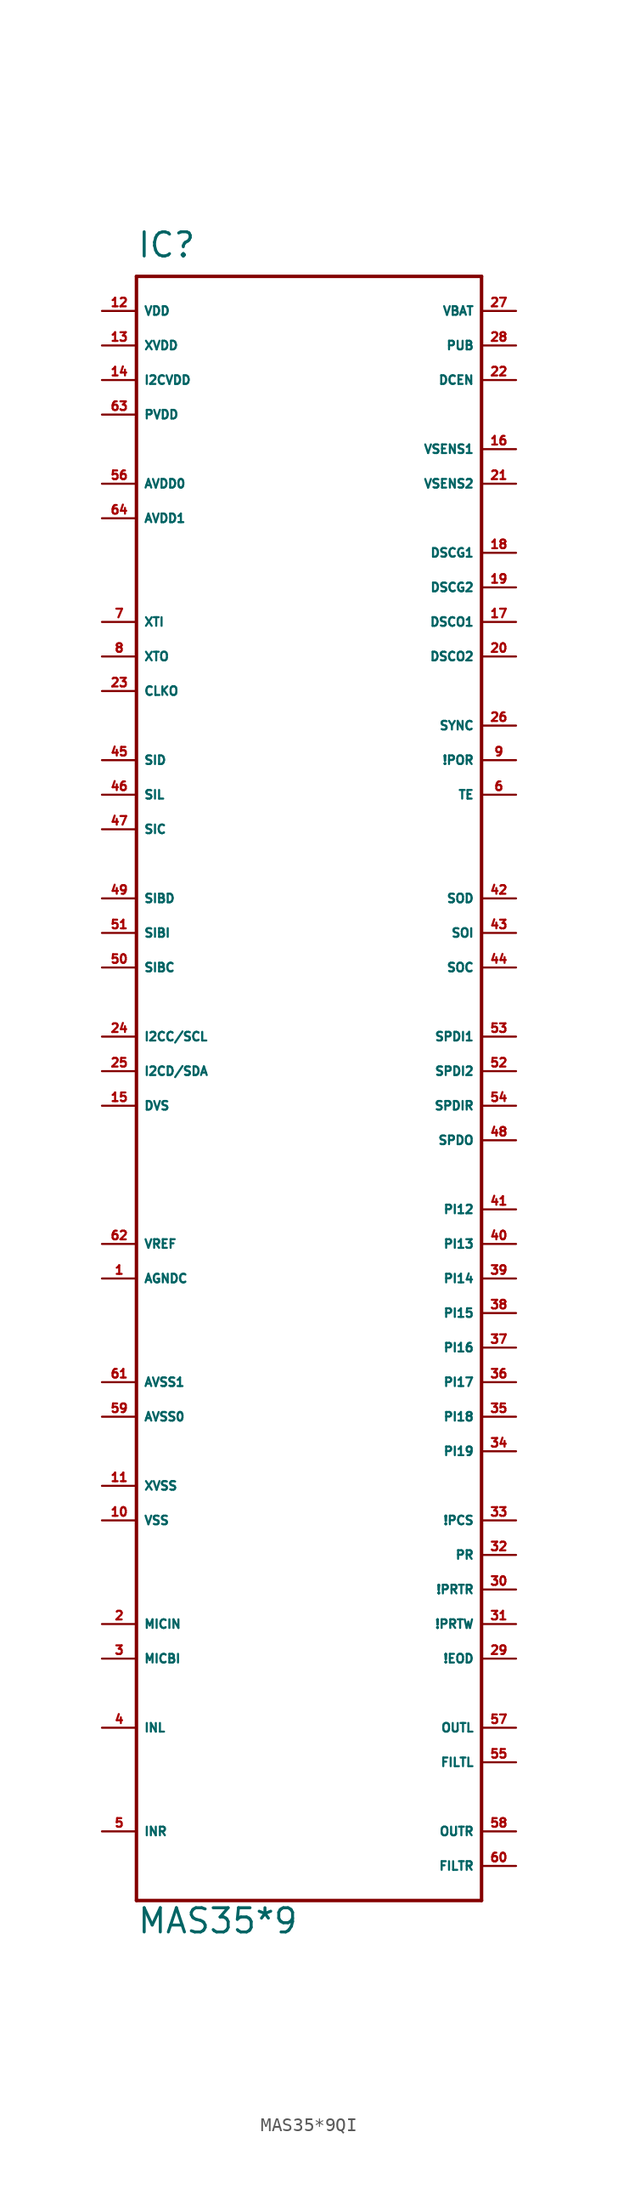
<source format=kicad_sym>
(kicad_symbol_lib
  (version 20220914)
  (generator Eagle2Kicad)
  (symbol "MAS35*9QI"
    (property "Reference" "IC"
      (at -12.7 59.69 0)
      (effects (font (size 1.778 1.778) (thickness 0.22)) (justify left bottom)))
    (property "Value" "MAS35*9"
      (at -12.7 -63.5 0)
      (effects (font (size 1.778 1.778) (thickness 0.22)) (justify left bottom)))
    (polyline
      (pts (xy -12.7 58.42) (xy 12.7 58.42))
      (stroke (width 0.254) (type default))
      (fill (type none)))
    (polyline
      (pts (xy 12.7 58.42) (xy 12.7 -60.96))
      (stroke (width 0.254) (type default))
      (fill (type none)))
    (polyline
      (pts (xy 12.7 -60.96) (xy -12.7 -60.96))
      (stroke (width 0.254) (type default))
      (fill (type none)))
    (polyline
      (pts (xy -12.7 -60.96) (xy -12.7 58.42))
      (stroke (width 0.254) (type default))
      (fill (type none)))
    (pin input line
      (at -15.24 -40.64 0)
      (length 2.54)
      (name "MICIN" (effects (font (size 0.635 0.635) (thickness 0.08)) (justify left bottom)))
      (number "2" (effects (font (size 0.635 0.635) (thickness 0.08)) (justify left bottom))))
    (pin input line
      (at -15.24 -48.26 0)
      (length 2.54)
      (name "INL" (effects (font (size 0.635 0.635) (thickness 0.08)) (justify left bottom)))
      (number "4" (effects (font (size 0.635 0.635) (thickness 0.08)) (justify left bottom))))
    (pin input line
      (at 15.24 2.54 180)
      (length 2.54)
      (name "SPDI1" (effects (font (size 0.635 0.635) (thickness 0.08)) (justify left bottom)))
      (number "53" (effects (font (size 0.635 0.635) (thickness 0.08)) (justify left bottom))))
    (pin input line
      (at 15.24 0 180)
      (length 2.54)
      (name "SPDI2" (effects (font (size 0.635 0.635) (thickness 0.08)) (justify left bottom)))
      (number "52" (effects (font (size 0.635 0.635) (thickness 0.08)) (justify left bottom))))
    (pin input line
      (at 15.24 55.88 180)
      (length 2.54)
      (name "VBAT" (effects (font (size 0.635 0.635) (thickness 0.08)) (justify left bottom)))
      (number "27" (effects (font (size 0.635 0.635) (thickness 0.08)) (justify left bottom))))
    (pin input line
      (at -15.24 33.02 0)
      (length 2.54)
      (name "XTI" (effects (font (size 0.635 0.635) (thickness 0.08)) (justify left bottom)))
      (number "7" (effects (font (size 0.635 0.635) (thickness 0.08)) (justify left bottom))))
    (pin output line
      (at -15.24 30.48 0)
      (length 2.54)
      (name "XTO" (effects (font (size 0.635 0.635) (thickness 0.08)) (justify left bottom)))
      (number "8" (effects (font (size 0.635 0.635) (thickness 0.08)) (justify left bottom))))
    (pin unspecified line
      (at -15.24 -15.24 0)
      (length 2.54)
      (name "AGNDC" (effects (font (size 0.635 0.635) (thickness 0.08)) (justify left bottom)))
      (number "1" (effects (font (size 0.635 0.635) (thickness 0.08)) (justify left bottom))))
    (pin input line
      (at -15.24 -43.18 0)
      (length 2.54)
      (name "MICBI" (effects (font (size 0.635 0.635) (thickness 0.08)) (justify left bottom)))
      (number "3" (effects (font (size 0.635 0.635) (thickness 0.08)) (justify left bottom))))
    (pin input line
      (at -15.24 -55.88 0)
      (length 2.54)
      (name "INR" (effects (font (size 0.635 0.635) (thickness 0.08)) (justify left bottom)))
      (number "5" (effects (font (size 0.635 0.635) (thickness 0.08)) (justify left bottom))))
    (pin input line
      (at 15.24 20.32 180)
      (length 2.54)
      (name "TE" (effects (font (size 0.635 0.635) (thickness 0.08)) (justify left bottom)))
      (number "6" (effects (font (size 0.635 0.635) (thickness 0.08)) (justify left bottom))))
    (pin input line
      (at 15.24 22.86 180)
      (length 2.54)
      (name "!POR" (effects (font (size 0.635 0.635) (thickness 0.08)) (justify left bottom)))
      (number "9" (effects (font (size 0.635 0.635) (thickness 0.08)) (justify left bottom))))
    (pin input line
      (at -15.24 -33.02 0)
      (length 2.54)
      (name "VSS" (effects (font (size 0.635 0.635) (thickness 0.08)) (justify left bottom)))
      (number "10" (effects (font (size 0.635 0.635) (thickness 0.08)) (justify left bottom))))
    (pin input line
      (at -15.24 -30.48 0)
      (length 2.54)
      (name "XVSS" (effects (font (size 0.635 0.635) (thickness 0.08)) (justify left bottom)))
      (number "11" (effects (font (size 0.635 0.635) (thickness 0.08)) (justify left bottom))))
    (pin input line
      (at -15.24 55.88 0)
      (length 2.54)
      (name "VDD" (effects (font (size 0.635 0.635) (thickness 0.08)) (justify left bottom)))
      (number "12" (effects (font (size 0.635 0.635) (thickness 0.08)) (justify left bottom))))
    (pin input line
      (at -15.24 53.34 0)
      (length 2.54)
      (name "XVDD" (effects (font (size 0.635 0.635) (thickness 0.08)) (justify left bottom)))
      (number "13" (effects (font (size 0.635 0.635) (thickness 0.08)) (justify left bottom))))
    (pin input line
      (at -15.24 50.8 0)
      (length 2.54)
      (name "I2CVDD" (effects (font (size 0.635 0.635) (thickness 0.08)) (justify left bottom)))
      (number "14" (effects (font (size 0.635 0.635) (thickness 0.08)) (justify left bottom))))
    (pin input line
      (at -15.24 -2.54 0)
      (length 2.54)
      (name "DVS" (effects (font (size 0.635 0.635) (thickness 0.08)) (justify left bottom)))
      (number "15" (effects (font (size 0.635 0.635) (thickness 0.08)) (justify left bottom))))
    (pin bidirectional line
      (at 15.24 45.72 180)
      (length 2.54)
      (name "VSENS1" (effects (font (size 0.635 0.635) (thickness 0.08)) (justify left bottom)))
      (number "16" (effects (font (size 0.635 0.635) (thickness 0.08)) (justify left bottom))))
    (pin unspecified line
      (at 15.24 33.02 180)
      (length 2.54)
      (name "DSCO1" (effects (font (size 0.635 0.635) (thickness 0.08)) (justify left bottom)))
      (number "17" (effects (font (size 0.635 0.635) (thickness 0.08)) (justify left bottom))))
    (pin unspecified line
      (at 15.24 30.48 180)
      (length 2.54)
      (name "DSCO2" (effects (font (size 0.635 0.635) (thickness 0.08)) (justify left bottom)))
      (number "20" (effects (font (size 0.635 0.635) (thickness 0.08)) (justify left bottom))))
    (pin unspecified line
      (at 15.24 38.1 180)
      (length 2.54)
      (name "DSCG1" (effects (font (size 0.635 0.635) (thickness 0.08)) (justify left bottom)))
      (number "18" (effects (font (size 0.635 0.635) (thickness 0.08)) (justify left bottom))))
    (pin unspecified line
      (at 15.24 35.56 180)
      (length 2.54)
      (name "DSCG2" (effects (font (size 0.635 0.635) (thickness 0.08)) (justify left bottom)))
      (number "19" (effects (font (size 0.635 0.635) (thickness 0.08)) (justify left bottom))))
    (pin bidirectional line
      (at 15.24 43.18 180)
      (length 2.54)
      (name "VSENS2" (effects (font (size 0.635 0.635) (thickness 0.08)) (justify left bottom)))
      (number "21" (effects (font (size 0.635 0.635) (thickness 0.08)) (justify left bottom))))
    (pin input line
      (at 15.24 50.8 180)
      (length 2.54)
      (name "DCEN" (effects (font (size 0.635 0.635) (thickness 0.08)) (justify left bottom)))
      (number "22" (effects (font (size 0.635 0.635) (thickness 0.08)) (justify left bottom))))
    (pin output line
      (at -15.24 27.94 0)
      (length 2.54)
      (name "CLKO" (effects (font (size 0.635 0.635) (thickness 0.08)) (justify left bottom)))
      (number "23" (effects (font (size 0.635 0.635) (thickness 0.08)) (justify left bottom))))
    (pin bidirectional line
      (at -15.24 2.54 0)
      (length 2.54)
      (name "I2CC/SCL" (effects (font (size 0.635 0.635) (thickness 0.08)) (justify left bottom)))
      (number "24" (effects (font (size 0.635 0.635) (thickness 0.08)) (justify left bottom))))
    (pin bidirectional line
      (at -15.24 0 0)
      (length 2.54)
      (name "I2CD/SDA" (effects (font (size 0.635 0.635) (thickness 0.08)) (justify left bottom)))
      (number "25" (effects (font (size 0.635 0.635) (thickness 0.08)) (justify left bottom))))
    (pin output line
      (at 15.24 25.4 180)
      (length 2.54)
      (name "SYNC" (effects (font (size 0.635 0.635) (thickness 0.08)) (justify left bottom)))
      (number "26" (effects (font (size 0.635 0.635) (thickness 0.08)) (justify left bottom))))
    (pin output line
      (at 15.24 53.34 180)
      (length 2.54)
      (name "PUB" (effects (font (size 0.635 0.635) (thickness 0.08)) (justify left bottom)))
      (number "28" (effects (font (size 0.635 0.635) (thickness 0.08)) (justify left bottom))))
    (pin output line
      (at 15.24 -43.18 180)
      (length 2.54)
      (name "!EOD" (effects (font (size 0.635 0.635) (thickness 0.08)) (justify left bottom)))
      (number "29" (effects (font (size 0.635 0.635) (thickness 0.08)) (justify left bottom))))
    (pin output line
      (at 15.24 -38.1 180)
      (length 2.54)
      (name "!PRTR" (effects (font (size 0.635 0.635) (thickness 0.08)) (justify left bottom)))
      (number "30" (effects (font (size 0.635 0.635) (thickness 0.08)) (justify left bottom))))
    (pin output line
      (at 15.24 -40.64 180)
      (length 2.54)
      (name "!PRTW" (effects (font (size 0.635 0.635) (thickness 0.08)) (justify left bottom)))
      (number "31" (effects (font (size 0.635 0.635) (thickness 0.08)) (justify left bottom))))
    (pin input line
      (at 15.24 -35.56 180)
      (length 2.54)
      (name "PR" (effects (font (size 0.635 0.635) (thickness 0.08)) (justify left bottom)))
      (number "32" (effects (font (size 0.635 0.635) (thickness 0.08)) (justify left bottom))))
    (pin input line
      (at 15.24 -33.02 180)
      (length 2.54)
      (name "!PCS" (effects (font (size 0.635 0.635) (thickness 0.08)) (justify left bottom)))
      (number "33" (effects (font (size 0.635 0.635) (thickness 0.08)) (justify left bottom))))
    (pin bidirectional line
      (at 15.24 -10.16 180)
      (length 2.54)
      (name "PI12" (effects (font (size 0.635 0.635) (thickness 0.08)) (justify left bottom)))
      (number "41" (effects (font (size 0.635 0.635) (thickness 0.08)) (justify left bottom))))
    (pin bidirectional line
      (at 15.24 -12.7 180)
      (length 2.54)
      (name "PI13" (effects (font (size 0.635 0.635) (thickness 0.08)) (justify left bottom)))
      (number "40" (effects (font (size 0.635 0.635) (thickness 0.08)) (justify left bottom))))
    (pin bidirectional line
      (at 15.24 -15.24 180)
      (length 2.54)
      (name "PI14" (effects (font (size 0.635 0.635) (thickness 0.08)) (justify left bottom)))
      (number "39" (effects (font (size 0.635 0.635) (thickness 0.08)) (justify left bottom))))
    (pin bidirectional line
      (at 15.24 -17.78 180)
      (length 2.54)
      (name "PI15" (effects (font (size 0.635 0.635) (thickness 0.08)) (justify left bottom)))
      (number "38" (effects (font (size 0.635 0.635) (thickness 0.08)) (justify left bottom))))
    (pin bidirectional line
      (at 15.24 -20.32 180)
      (length 2.54)
      (name "PI16" (effects (font (size 0.635 0.635) (thickness 0.08)) (justify left bottom)))
      (number "37" (effects (font (size 0.635 0.635) (thickness 0.08)) (justify left bottom))))
    (pin bidirectional line
      (at 15.24 -22.86 180)
      (length 2.54)
      (name "PI17" (effects (font (size 0.635 0.635) (thickness 0.08)) (justify left bottom)))
      (number "36" (effects (font (size 0.635 0.635) (thickness 0.08)) (justify left bottom))))
    (pin bidirectional line
      (at 15.24 -25.4 180)
      (length 2.54)
      (name "PI18" (effects (font (size 0.635 0.635) (thickness 0.08)) (justify left bottom)))
      (number "35" (effects (font (size 0.635 0.635) (thickness 0.08)) (justify left bottom))))
    (pin bidirectional line
      (at 15.24 -27.94 180)
      (length 2.54)
      (name "PI19" (effects (font (size 0.635 0.635) (thickness 0.08)) (justify left bottom)))
      (number "34" (effects (font (size 0.635 0.635) (thickness 0.08)) (justify left bottom))))
    (pin output line
      (at 15.24 10.16 180)
      (length 2.54)
      (name "SOI" (effects (font (size 0.635 0.635) (thickness 0.08)) (justify left bottom)))
      (number "43" (effects (font (size 0.635 0.635) (thickness 0.08)) (justify left bottom))))
    (pin output line
      (at 15.24 12.7 180)
      (length 2.54)
      (name "SOD" (effects (font (size 0.635 0.635) (thickness 0.08)) (justify left bottom)))
      (number "42" (effects (font (size 0.635 0.635) (thickness 0.08)) (justify left bottom))))
    (pin output line
      (at 15.24 7.62 180)
      (length 2.54)
      (name "SOC" (effects (font (size 0.635 0.635) (thickness 0.08)) (justify left bottom)))
      (number "44" (effects (font (size 0.635 0.635) (thickness 0.08)) (justify left bottom))))
    (pin bidirectional line
      (at -15.24 22.86 0)
      (length 2.54)
      (name "SID" (effects (font (size 0.635 0.635) (thickness 0.08)) (justify left bottom)))
      (number "45" (effects (font (size 0.635 0.635) (thickness 0.08)) (justify left bottom))))
    (pin bidirectional line
      (at -15.24 20.32 0)
      (length 2.54)
      (name "SIL" (effects (font (size 0.635 0.635) (thickness 0.08)) (justify left bottom)))
      (number "46" (effects (font (size 0.635 0.635) (thickness 0.08)) (justify left bottom))))
    (pin bidirectional line
      (at -15.24 17.78 0)
      (length 2.54)
      (name "SIC" (effects (font (size 0.635 0.635) (thickness 0.08)) (justify left bottom)))
      (number "47" (effects (font (size 0.635 0.635) (thickness 0.08)) (justify left bottom))))
    (pin output line
      (at 15.24 -5.08 180)
      (length 2.54)
      (name "SPDO" (effects (font (size 0.635 0.635) (thickness 0.08)) (justify left bottom)))
      (number "48" (effects (font (size 0.635 0.635) (thickness 0.08)) (justify left bottom))))
    (pin input line
      (at -15.24 12.7 0)
      (length 2.54)
      (name "SIBD" (effects (font (size 0.635 0.635) (thickness 0.08)) (justify left bottom)))
      (number "49" (effects (font (size 0.635 0.635) (thickness 0.08)) (justify left bottom))))
    (pin input line
      (at -15.24 7.62 0)
      (length 2.54)
      (name "SIBC" (effects (font (size 0.635 0.635) (thickness 0.08)) (justify left bottom)))
      (number "50" (effects (font (size 0.635 0.635) (thickness 0.08)) (justify left bottom))))
    (pin input line
      (at -15.24 10.16 0)
      (length 2.54)
      (name "SIBI" (effects (font (size 0.635 0.635) (thickness 0.08)) (justify left bottom)))
      (number "51" (effects (font (size 0.635 0.635) (thickness 0.08)) (justify left bottom))))
    (pin input line
      (at 15.24 -2.54 180)
      (length 2.54)
      (name "SPDIR" (effects (font (size 0.635 0.635) (thickness 0.08)) (justify left bottom)))
      (number "54" (effects (font (size 0.635 0.635) (thickness 0.08)) (justify left bottom))))
    (pin input line
      (at 15.24 -50.8 180)
      (length 2.54)
      (name "FILTL" (effects (font (size 0.635 0.635) (thickness 0.08)) (justify left bottom)))
      (number "55" (effects (font (size 0.635 0.635) (thickness 0.08)) (justify left bottom))))
    (pin input line
      (at -15.24 43.18 0)
      (length 2.54)
      (name "AVDD0" (effects (font (size 0.635 0.635) (thickness 0.08)) (justify left bottom)))
      (number "56" (effects (font (size 0.635 0.635) (thickness 0.08)) (justify left bottom))))
    (pin input line
      (at 15.24 -58.42 180)
      (length 2.54)
      (name "FILTR" (effects (font (size 0.635 0.635) (thickness 0.08)) (justify left bottom)))
      (number "60" (effects (font (size 0.635 0.635) (thickness 0.08)) (justify left bottom))))
    (pin output line
      (at 15.24 -48.26 180)
      (length 2.54)
      (name "OUTL" (effects (font (size 0.635 0.635) (thickness 0.08)) (justify left bottom)))
      (number "57" (effects (font (size 0.635 0.635) (thickness 0.08)) (justify left bottom))))
    (pin output line
      (at 15.24 -55.88 180)
      (length 2.54)
      (name "OUTR" (effects (font (size 0.635 0.635) (thickness 0.08)) (justify left bottom)))
      (number "58" (effects (font (size 0.635 0.635) (thickness 0.08)) (justify left bottom))))
    (pin unspecified line
      (at -15.24 -25.4 0)
      (length 2.54)
      (name "AVSS0" (effects (font (size 0.635 0.635) (thickness 0.08)) (justify left bottom)))
      (number "59" (effects (font (size 0.635 0.635) (thickness 0.08)) (justify left bottom))))
    (pin unspecified line
      (at -15.24 -22.86 0)
      (length 2.54)
      (name "AVSS1" (effects (font (size 0.635 0.635) (thickness 0.08)) (justify left bottom)))
      (number "61" (effects (font (size 0.635 0.635) (thickness 0.08)) (justify left bottom))))
    (pin input line
      (at -15.24 -12.7 0)
      (length 2.54)
      (name "VREF" (effects (font (size 0.635 0.635) (thickness 0.08)) (justify left bottom)))
      (number "62" (effects (font (size 0.635 0.635) (thickness 0.08)) (justify left bottom))))
    (pin unspecified line
      (at -15.24 48.26 0)
      (length 2.54)
      (name "PVDD" (effects (font (size 0.635 0.635) (thickness 0.08)) (justify left bottom)))
      (number "63" (effects (font (size 0.635 0.635) (thickness 0.08)) (justify left bottom))))
    (pin unspecified line
      (at -15.24 40.64 0)
      (length 2.54)
      (name "AVDD1" (effects (font (size 0.635 0.635) (thickness 0.08)) (justify left bottom)))
      (number "64" (effects (font (size 0.635 0.635) (thickness 0.08)) (justify left bottom))))))
</source>
